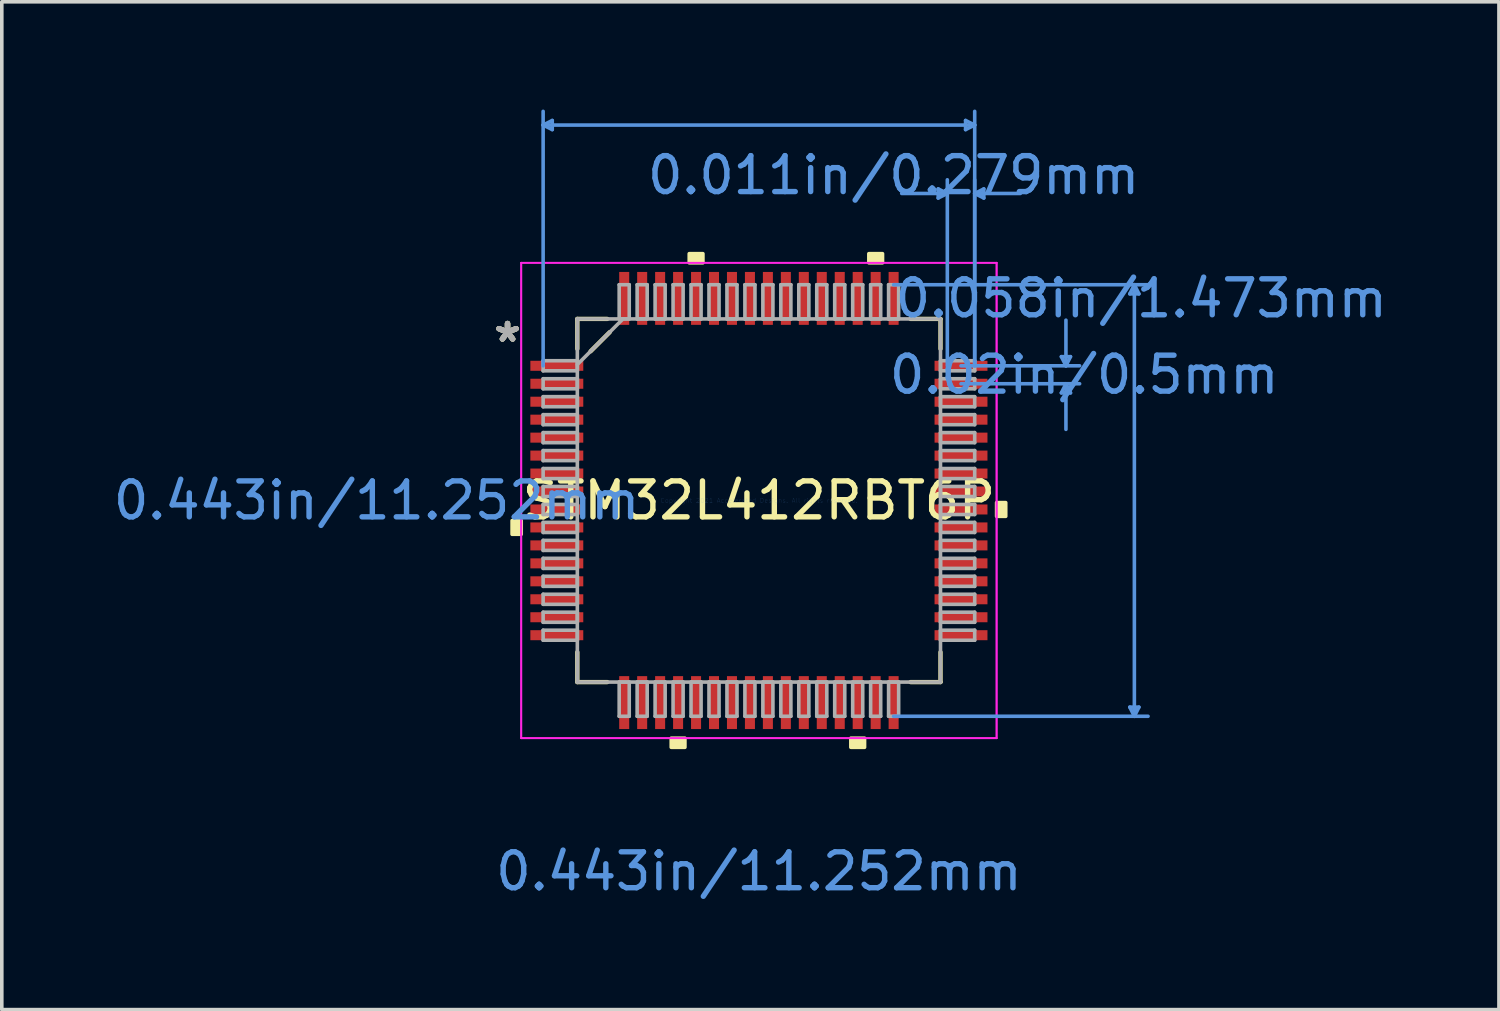
<source format=kicad_pcb>
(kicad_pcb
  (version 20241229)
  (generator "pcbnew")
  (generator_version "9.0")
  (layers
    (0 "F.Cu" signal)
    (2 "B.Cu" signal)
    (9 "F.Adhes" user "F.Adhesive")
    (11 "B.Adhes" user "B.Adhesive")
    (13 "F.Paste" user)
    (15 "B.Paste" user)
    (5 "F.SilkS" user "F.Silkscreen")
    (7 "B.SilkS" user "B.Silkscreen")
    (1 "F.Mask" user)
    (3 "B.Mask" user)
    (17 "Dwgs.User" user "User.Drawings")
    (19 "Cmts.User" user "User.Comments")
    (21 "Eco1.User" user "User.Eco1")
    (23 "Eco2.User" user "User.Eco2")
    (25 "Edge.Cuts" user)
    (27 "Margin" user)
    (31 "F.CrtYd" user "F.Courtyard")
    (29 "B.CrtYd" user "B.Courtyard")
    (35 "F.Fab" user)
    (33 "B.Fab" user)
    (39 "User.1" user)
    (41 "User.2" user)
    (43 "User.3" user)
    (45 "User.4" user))
  (footprint "STM32L412RBT6P"
    (layer "F.Cu")
    (at 18.077 10.883)
    (property "Reference" "STM32L412RBT6P" (at 0 0 0) (layer "F.SilkS") (effects (font (size 1 1) (thickness 0.15))))
    (attr through_hole)
    (fp_line (start -5.055 -5.055) (end -5.055 -4.222) (stroke (width 0.12) (type solid)) (layer "F.SilkS"))
    (fp_line (start -5.055 4.222) (end -5.055 5.055) (stroke (width 0.12) (type solid)) (layer "F.SilkS"))
    (fp_line (start -5.055 5.055) (end -4.222 5.055) (stroke (width 0.12) (type solid)) (layer "F.SilkS"))
    (fp_line (start -4.686 -4.153) (end -4.153 -4.686) (stroke (width 0.12) (type solid)) (layer "F.SilkS"))
    (fp_line (start -4.222 -5.055) (end -5.055 -5.055) (stroke (width 0.12) (type solid)) (layer "F.SilkS"))
    (fp_line (start 4.222 5.055) (end 5.055 5.055) (stroke (width 0.12) (type solid)) (layer "F.SilkS"))
    (fp_line (start 5.055 -5.055) (end 4.222 -5.055) (stroke (width 0.12) (type solid)) (layer "F.SilkS"))
    (fp_line (start 5.055 -4.222) (end 5.055 -5.055) (stroke (width 0.12) (type solid)) (layer "F.SilkS"))
    (fp_line (start 5.055 5.055) (end 5.055 4.222) (stroke (width 0.12) (type solid)) (layer "F.SilkS"))
    (fp_poly (pts (xy -6.871 0.56) (xy -6.871 0.941) (xy -6.617 0.941) (xy -6.617 0.56)) (stroke (width 0.1) (type solid)) (fill yes) (layer "F.SilkS"))
    (fp_poly (pts (xy -2.441 6.617) (xy -2.441 6.871) (xy -2.06 6.871) (xy -2.06 6.617)) (stroke (width 0.1) (type solid)) (fill yes) (layer "F.SilkS"))
    (fp_poly (pts (xy -1.94 -6.617) (xy -1.94 -6.871) (xy -1.559 -6.871) (xy -1.559 -6.617)) (stroke (width 0.1) (type solid)) (fill yes) (layer "F.SilkS"))
    (fp_poly (pts (xy 2.559 6.617) (xy 2.559 6.871) (xy 2.941 6.871) (xy 2.941 6.617)) (stroke (width 0.1) (type solid)) (fill yes) (layer "F.SilkS"))
    (fp_poly (pts (xy 3.06 -6.617) (xy 3.06 -6.871) (xy 3.441 -6.871) (xy 3.441 -6.617)) (stroke (width 0.1) (type solid)) (fill yes) (layer "F.SilkS"))
    (fp_poly (pts (xy 6.871 0.059) (xy 6.871 0.441) (xy 6.617 0.441) (xy 6.617 0.059)) (stroke (width 0.1) (type solid)) (fill yes) (layer "F.SilkS"))
    (fp_line (start -6.007 -10.452) (end -5.753 -10.579) (stroke (width 0.1) (type solid)) (layer "Cmts.User"))
    (fp_line (start -6.007 -10.452) (end -5.753 -10.325) (stroke (width 0.1) (type solid)) (layer "Cmts.User"))
    (fp_line (start -6.007 -10.452) (end 6.007 -10.452) (stroke (width 0.1) (type solid)) (layer "Cmts.User"))
    (fp_line (start -6.007 -3.75) (end -6.007 -10.833) (stroke (width 0.1) (type solid)) (layer "Cmts.User"))
    (fp_line (start -5.753 -10.579) (end -5.753 -10.325) (stroke (width 0.1) (type solid)) (layer "Cmts.User"))
    (fp_line (start 3.75 -6.007) (end 10.833 -6.007) (stroke (width 0.1) (type solid)) (layer "Cmts.User"))
    (fp_line (start 3.75 6.007) (end 10.833 6.007) (stroke (width 0.1) (type solid)) (layer "Cmts.User"))
    (fp_line (start 4.991 -8.674) (end 4.991 -8.42) (stroke (width 0.1) (type solid)) (layer "Cmts.User"))
    (fp_line (start 5.245 -8.547) (end 3.975 -8.547) (stroke (width 0.1) (type solid)) (layer "Cmts.User"))
    (fp_line (start 5.245 -8.547) (end 4.991 -8.674) (stroke (width 0.1) (type solid)) (layer "Cmts.User"))
    (fp_line (start 5.245 -8.547) (end 4.991 -8.42) (stroke (width 0.1) (type solid)) (layer "Cmts.User"))
    (fp_line (start 5.245 -3.75) (end 5.245 -8.928) (stroke (width 0.1) (type solid)) (layer "Cmts.User"))
    (fp_line (start 5.626 -3.75) (end 8.928 -3.75) (stroke (width 0.1) (type solid)) (layer "Cmts.User"))
    (fp_line (start 5.626 -3.25) (end 8.928 -3.25) (stroke (width 0.1) (type solid)) (layer "Cmts.User"))
    (fp_line (start 5.753 -10.579) (end 5.753 -10.325) (stroke (width 0.1) (type solid)) (layer "Cmts.User"))
    (fp_line (start 6.007 -10.452) (end 5.753 -10.579) (stroke (width 0.1) (type solid)) (layer "Cmts.User"))
    (fp_line (start 6.007 -10.452) (end 5.753 -10.325) (stroke (width 0.1) (type solid)) (layer "Cmts.User"))
    (fp_line (start 6.007 -8.547) (end 6.261 -8.674) (stroke (width 0.1) (type solid)) (layer "Cmts.User"))
    (fp_line (start 6.007 -8.547) (end 6.261 -8.42) (stroke (width 0.1) (type solid)) (layer "Cmts.User"))
    (fp_line (start 6.007 -8.547) (end 7.277 -8.547) (stroke (width 0.1) (type solid)) (layer "Cmts.User"))
    (fp_line (start 6.007 -3.75) (end 6.007 -10.833) (stroke (width 0.1) (type solid)) (layer "Cmts.User"))
    (fp_line (start 6.007 -3.75) (end 6.007 -8.928) (stroke (width 0.1) (type solid)) (layer "Cmts.User"))
    (fp_line (start 6.261 -8.674) (end 6.261 -8.42) (stroke (width 0.1) (type solid)) (layer "Cmts.User"))
    (fp_line (start 8.42 -4.004) (end 8.674 -4.004) (stroke (width 0.1) (type solid)) (layer "Cmts.User"))
    (fp_line (start 8.42 -2.996) (end 8.674 -2.996) (stroke (width 0.1) (type solid)) (layer "Cmts.User"))
    (fp_line (start 8.547 -3.75) (end 8.42 -4.004) (stroke (width 0.1) (type solid)) (layer "Cmts.User"))
    (fp_line (start 8.547 -3.75) (end 8.547 -5.02) (stroke (width 0.1) (type solid)) (layer "Cmts.User"))
    (fp_line (start 8.547 -3.75) (end 8.674 -4.004) (stroke (width 0.1) (type solid)) (layer "Cmts.User"))
    (fp_line (start 8.547 -3.25) (end 8.42 -2.996) (stroke (width 0.1) (type solid)) (layer "Cmts.User"))
    (fp_line (start 8.547 -3.25) (end 8.547 -1.98) (stroke (width 0.1) (type solid)) (layer "Cmts.User"))
    (fp_line (start 8.547 -3.25) (end 8.674 -2.996) (stroke (width 0.1) (type solid)) (layer "Cmts.User"))
    (fp_line (start 10.325 -5.753) (end 10.579 -5.753) (stroke (width 0.1) (type solid)) (layer "Cmts.User"))
    (fp_line (start 10.325 5.753) (end 10.579 5.753) (stroke (width 0.1) (type solid)) (layer "Cmts.User"))
    (fp_line (start 10.452 -6.007) (end 10.325 -5.753) (stroke (width 0.1) (type solid)) (layer "Cmts.User"))
    (fp_line (start 10.452 -6.007) (end 10.452 6.007) (stroke (width 0.1) (type solid)) (layer "Cmts.User"))
    (fp_line (start 10.452 -6.007) (end 10.579 -5.753) (stroke (width 0.1) (type solid)) (layer "Cmts.User"))
    (fp_line (start 10.452 6.007) (end 10.325 5.753) (stroke (width 0.1) (type solid)) (layer "Cmts.User"))
    (fp_line (start 10.452 6.007) (end 10.579 5.753) (stroke (width 0.1) (type solid)) (layer "Cmts.User"))
    (fp_line (start -6.617 -6.617) (end 6.617 -6.617) (stroke (width 0.05) (type solid)) (layer "F.CrtYd"))
    (fp_line (start -6.617 -6.617) (end 6.617 -6.617) (stroke (width 0.05) (type solid)) (layer "F.CrtYd"))
    (fp_line (start -6.617 6.617) (end -6.617 -6.617) (stroke (width 0.05) (type solid)) (layer "F.CrtYd"))
    (fp_line (start -6.617 6.617) (end -6.617 -6.617) (stroke (width 0.05) (type solid)) (layer "F.CrtYd"))
    (fp_line (start 6.617 -6.617) (end 6.617 6.617) (stroke (width 0.05) (type solid)) (layer "F.CrtYd"))
    (fp_line (start 6.617 -6.617) (end 6.617 6.617) (stroke (width 0.05) (type solid)) (layer "F.CrtYd"))
    (fp_line (start 6.617 6.617) (end -6.617 6.617) (stroke (width 0.05) (type solid)) (layer "F.CrtYd"))
    (fp_line (start 6.617 6.617) (end -6.617 6.617) (stroke (width 0.05) (type solid)) (layer "F.CrtYd"))
    (fp_line (start -6.007 -3.89) (end -6.007 -3.61) (stroke (width 0.1) (type solid)) (layer "F.Fab"))
    (fp_line (start -6.007 -3.61) (end -5.055 -3.61) (stroke (width 0.1) (type solid)) (layer "F.Fab"))
    (fp_line (start -6.007 -3.39) (end -6.007 -3.11) (stroke (width 0.1) (type solid)) (layer "F.Fab"))
    (fp_line (start -6.007 -3.11) (end -5.055 -3.11) (stroke (width 0.1) (type solid)) (layer "F.Fab"))
    (fp_line (start -6.007 -2.89) (end -6.007 -2.61) (stroke (width 0.1) (type solid)) (layer "F.Fab"))
    (fp_line (start -6.007 -2.61) (end -5.055 -2.61) (stroke (width 0.1) (type solid)) (layer "F.Fab"))
    (fp_line (start -6.007 -2.39) (end -6.007 -2.11) (stroke (width 0.1) (type solid)) (layer "F.Fab"))
    (fp_line (start -6.007 -2.11) (end -5.055 -2.11) (stroke (width 0.1) (type solid)) (layer "F.Fab"))
    (fp_line (start -6.007 -1.89) (end -6.007 -1.61) (stroke (width 0.1) (type solid)) (layer "F.Fab"))
    (fp_line (start -6.007 -1.61) (end -5.055 -1.61) (stroke (width 0.1) (type solid)) (layer "F.Fab"))
    (fp_line (start -6.007 -1.39) (end -6.007 -1.11) (stroke (width 0.1) (type solid)) (layer "F.Fab"))
    (fp_line (start -6.007 -1.11) (end -5.055 -1.11) (stroke (width 0.1) (type solid)) (layer "F.Fab"))
    (fp_line (start -6.007 -0.89) (end -6.007 -0.61) (stroke (width 0.1) (type solid)) (layer "F.Fab"))
    (fp_line (start -6.007 -0.61) (end -5.055 -0.61) (stroke (width 0.1) (type solid)) (layer "F.Fab"))
    (fp_line (start -6.007 -0.39) (end -6.007 -0.11) (stroke (width 0.1) (type solid)) (layer "F.Fab"))
    (fp_line (start -6.007 -0.11) (end -5.055 -0.11) (stroke (width 0.1) (type solid)) (layer "F.Fab"))
    (fp_line (start -6.007 0.11) (end -6.007 0.39) (stroke (width 0.1) (type solid)) (layer "F.Fab"))
    (fp_line (start -6.007 0.39) (end -5.055 0.39) (stroke (width 0.1) (type solid)) (layer "F.Fab"))
    (fp_line (start -6.007 0.61) (end -6.007 0.89) (stroke (width 0.1) (type solid)) (layer "F.Fab"))
    (fp_line (start -6.007 0.89) (end -5.055 0.89) (stroke (width 0.1) (type solid)) (layer "F.Fab"))
    (fp_line (start -6.007 1.11) (end -6.007 1.39) (stroke (width 0.1) (type solid)) (layer "F.Fab"))
    (fp_line (start -6.007 1.39) (end -5.055 1.39) (stroke (width 0.1) (type solid)) (layer "F.Fab"))
    (fp_line (start -6.007 1.61) (end -6.007 1.89) (stroke (width 0.1) (type solid)) (layer "F.Fab"))
    (fp_line (start -6.007 1.89) (end -5.055 1.89) (stroke (width 0.1) (type solid)) (layer "F.Fab"))
    (fp_line (start -6.007 2.11) (end -6.007 2.39) (stroke (width 0.1) (type solid)) (layer "F.Fab"))
    (fp_line (start -6.007 2.39) (end -5.055 2.39) (stroke (width 0.1) (type solid)) (layer "F.Fab"))
    (fp_line (start -6.007 2.61) (end -6.007 2.89) (stroke (width 0.1) (type solid)) (layer "F.Fab"))
    (fp_line (start -6.007 2.89) (end -5.055 2.89) (stroke (width 0.1) (type solid)) (layer "F.Fab"))
    (fp_line (start -6.007 3.11) (end -6.007 3.39) (stroke (width 0.1) (type solid)) (layer "F.Fab"))
    (fp_line (start -6.007 3.39) (end -5.055 3.39) (stroke (width 0.1) (type solid)) (layer "F.Fab"))
    (fp_line (start -6.007 3.61) (end -6.007 3.89) (stroke (width 0.1) (type solid)) (layer "F.Fab"))
    (fp_line (start -6.007 3.89) (end -5.055 3.89) (stroke (width 0.1) (type solid)) (layer "F.Fab"))
    (fp_line (start -5.055 -5.055) (end -5.055 -5.055) (stroke (width 0.1) (type solid)) (layer "F.Fab"))
    (fp_line (start -5.055 -5.055) (end -5.055 5.055) (stroke (width 0.1) (type solid)) (layer "F.Fab"))
    (fp_line (start -5.055 -3.89) (end -6.007 -3.89) (stroke (width 0.1) (type solid)) (layer "F.Fab"))
    (fp_line (start -5.055 -3.785) (end -3.785 -5.055) (stroke (width 0.1) (type solid)) (layer "F.Fab"))
    (fp_line (start -5.055 -3.61) (end -5.055 -3.89) (stroke (width 0.1) (type solid)) (layer "F.Fab"))
    (fp_line (start -5.055 -3.39) (end -6.007 -3.39) (stroke (width 0.1) (type solid)) (layer "F.Fab"))
    (fp_line (start -5.055 -3.11) (end -5.055 -3.39) (stroke (width 0.1) (type solid)) (layer "F.Fab"))
    (fp_line (start -5.055 -2.89) (end -6.007 -2.89) (stroke (width 0.1) (type solid)) (layer "F.Fab"))
    (fp_line (start -5.055 -2.61) (end -5.055 -2.89) (stroke (width 0.1) (type solid)) (layer "F.Fab"))
    (fp_line (start -5.055 -2.39) (end -6.007 -2.39) (stroke (width 0.1) (type solid)) (layer "F.Fab"))
    (fp_line (start -5.055 -2.11) (end -5.055 -2.39) (stroke (width 0.1) (type solid)) (layer "F.Fab"))
    (fp_line (start -5.055 -1.89) (end -6.007 -1.89) (stroke (width 0.1) (type solid)) (layer "F.Fab"))
    (fp_line (start -5.055 -1.61) (end -5.055 -1.89) (stroke (width 0.1) (type solid)) (layer "F.Fab"))
    (fp_line (start -5.055 -1.39) (end -6.007 -1.39) (stroke (width 0.1) (type solid)) (layer "F.Fab"))
    (fp_line (start -5.055 -1.11) (end -5.055 -1.39) (stroke (width 0.1) (type solid)) (layer "F.Fab"))
    (fp_line (start -5.055 -0.89) (end -6.007 -0.89) (stroke (width 0.1) (type solid)) (layer "F.Fab"))
    (fp_line (start -5.055 -0.61) (end -5.055 -0.89) (stroke (width 0.1) (type solid)) (layer "F.Fab"))
    (fp_line (start -5.055 -0.39) (end -6.007 -0.39) (stroke (width 0.1) (type solid)) (layer "F.Fab"))
    (fp_line (start -5.055 -0.11) (end -5.055 -0.39) (stroke (width 0.1) (type solid)) (layer "F.Fab"))
    (fp_line (start -5.055 0.11) (end -6.007 0.11) (stroke (width 0.1) (type solid)) (layer "F.Fab"))
    (fp_line (start -5.055 0.39) (end -5.055 0.11) (stroke (width 0.1) (type solid)) (layer "F.Fab"))
    (fp_line (start -5.055 0.61) (end -6.007 0.61) (stroke (width 0.1) (type solid)) (layer "F.Fab"))
    (fp_line (start -5.055 0.89) (end -5.055 0.61) (stroke (width 0.1) (type solid)) (layer "F.Fab"))
    (fp_line (start -5.055 1.11) (end -6.007 1.11) (stroke (width 0.1) (type solid)) (layer "F.Fab"))
    (fp_line (start -5.055 1.39) (end -5.055 1.11) (stroke (width 0.1) (type solid)) (layer "F.Fab"))
    (fp_line (start -5.055 1.61) (end -6.007 1.61) (stroke (width 0.1) (type solid)) (layer "F.Fab"))
    (fp_line (start -5.055 1.89) (end -5.055 1.61) (stroke (width 0.1) (type solid)) (layer "F.Fab"))
    (fp_line (start -5.055 2.11) (end -6.007 2.11) (stroke (width 0.1) (type solid)) (layer "F.Fab"))
    (fp_line (start -5.055 2.39) (end -5.055 2.11) (stroke (width 0.1) (type solid)) (layer "F.Fab"))
    (fp_line (start -5.055 2.61) (end -6.007 2.61) (stroke (width 0.1) (type solid)) (layer "F.Fab"))
    (fp_line (start -5.055 2.89) (end -5.055 2.61) (stroke (width 0.1) (type solid)) (layer "F.Fab"))
    (fp_line (start -5.055 3.11) (end -6.007 3.11) (stroke (width 0.1) (type solid)) (layer "F.Fab"))
    (fp_line (start -5.055 3.39) (end -5.055 3.11) (stroke (width 0.1) (type solid)) (layer "F.Fab"))
    (fp_line (start -5.055 3.61) (end -6.007 3.61) (stroke (width 0.1) (type solid)) (layer "F.Fab"))
    (fp_line (start -5.055 3.89) (end -5.055 3.61) (stroke (width 0.1) (type solid)) (layer "F.Fab"))
    (fp_line (start -5.055 5.055) (end -5.055 5.055) (stroke (width 0.1) (type solid)) (layer "F.Fab"))
    (fp_line (start -5.055 5.055) (end 5.055 5.055) (stroke (width 0.1) (type solid)) (layer "F.Fab"))
    (fp_line (start -3.89 -6.007) (end -3.89 -5.055) (stroke (width 0.1) (type solid)) (layer "F.Fab"))
    (fp_line (start -3.89 -5.055) (end -3.61 -5.055) (stroke (width 0.1) (type solid)) (layer "F.Fab"))
    (fp_line (start -3.89 5.055) (end -3.89 6.007) (stroke (width 0.1) (type solid)) (layer "F.Fab"))
    (fp_line (start -3.89 6.007) (end -3.61 6.007) (stroke (width 0.1) (type solid)) (layer "F.Fab"))
    (fp_line (start -3.61 -6.007) (end -3.89 -6.007) (stroke (width 0.1) (type solid)) (layer "F.Fab"))
    (fp_line (start -3.61 -5.055) (end -3.61 -6.007) (stroke (width 0.1) (type solid)) (layer "F.Fab"))
    (fp_line (start -3.61 5.055) (end -3.89 5.055) (stroke (width 0.1) (type solid)) (layer "F.Fab"))
    (fp_line (start -3.61 6.007) (end -3.61 5.055) (stroke (width 0.1) (type solid)) (layer "F.Fab"))
    (fp_line (start -3.39 -6.007) (end -3.39 -5.055) (stroke (width 0.1) (type solid)) (layer "F.Fab"))
    (fp_line (start -3.39 -5.055) (end -3.11 -5.055) (stroke (width 0.1) (type solid)) (layer "F.Fab"))
    (fp_line (start -3.39 5.055) (end -3.39 6.007) (stroke (width 0.1) (type solid)) (layer "F.Fab"))
    (fp_line (start -3.39 6.007) (end -3.11 6.007) (stroke (width 0.1) (type solid)) (layer "F.Fab"))
    (fp_line (start -3.11 -6.007) (end -3.39 -6.007) (stroke (width 0.1) (type solid)) (layer "F.Fab"))
    (fp_line (start -3.11 -5.055) (end -3.11 -6.007) (stroke (width 0.1) (type solid)) (layer "F.Fab"))
    (fp_line (start -3.11 5.055) (end -3.39 5.055) (stroke (width 0.1) (type solid)) (layer "F.Fab"))
    (fp_line (start -3.11 6.007) (end -3.11 5.055) (stroke (width 0.1) (type solid)) (layer "F.Fab"))
    (fp_line (start -2.89 -6.007) (end -2.89 -5.055) (stroke (width 0.1) (type solid)) (layer "F.Fab"))
    (fp_line (start -2.89 -5.055) (end -2.61 -5.055) (stroke (width 0.1) (type solid)) (layer "F.Fab"))
    (fp_line (start -2.89 5.055) (end -2.89 6.007) (stroke (width 0.1) (type solid)) (layer "F.Fab"))
    (fp_line (start -2.89 6.007) (end -2.61 6.007) (stroke (width 0.1) (type solid)) (layer "F.Fab"))
    (fp_line (start -2.61 -6.007) (end -2.89 -6.007) (stroke (width 0.1) (type solid)) (layer "F.Fab"))
    (fp_line (start -2.61 -5.055) (end -2.61 -6.007) (stroke (width 0.1) (type solid)) (layer "F.Fab"))
    (fp_line (start -2.61 5.055) (end -2.89 5.055) (stroke (width 0.1) (type solid)) (layer "F.Fab"))
    (fp_line (start -2.61 6.007) (end -2.61 5.055) (stroke (width 0.1) (type solid)) (layer "F.Fab"))
    (fp_line (start -2.39 -6.007) (end -2.39 -5.055) (stroke (width 0.1) (type solid)) (layer "F.Fab"))
    (fp_line (start -2.39 -5.055) (end -2.11 -5.055) (stroke (width 0.1) (type solid)) (layer "F.Fab"))
    (fp_line (start -2.39 5.055) (end -2.39 6.007) (stroke (width 0.1) (type solid)) (layer "F.Fab"))
    (fp_line (start -2.39 6.007) (end -2.11 6.007) (stroke (width 0.1) (type solid)) (layer "F.Fab"))
    (fp_line (start -2.11 -6.007) (end -2.39 -6.007) (stroke (width 0.1) (type solid)) (layer "F.Fab"))
    (fp_line (start -2.11 -5.055) (end -2.11 -6.007) (stroke (width 0.1) (type solid)) (layer "F.Fab"))
    (fp_line (start -2.11 5.055) (end -2.39 5.055) (stroke (width 0.1) (type solid)) (layer "F.Fab"))
    (fp_line (start -2.11 6.007) (end -2.11 5.055) (stroke (width 0.1) (type solid)) (layer "F.Fab"))
    (fp_line (start -1.89 -6.007) (end -1.89 -5.055) (stroke (width 0.1) (type solid)) (layer "F.Fab"))
    (fp_line (start -1.89 -5.055) (end -1.61 -5.055) (stroke (width 0.1) (type solid)) (layer "F.Fab"))
    (fp_line (start -1.89 5.055) (end -1.89 6.007) (stroke (width 0.1) (type solid)) (layer "F.Fab"))
    (fp_line (start -1.89 6.007) (end -1.61 6.007) (stroke (width 0.1) (type solid)) (layer "F.Fab"))
    (fp_line (start -1.61 -6.007) (end -1.89 -6.007) (stroke (width 0.1) (type solid)) (layer "F.Fab"))
    (fp_line (start -1.61 -5.055) (end -1.61 -6.007) (stroke (width 0.1) (type solid)) (layer "F.Fab"))
    (fp_line (start -1.61 5.055) (end -1.89 5.055) (stroke (width 0.1) (type solid)) (layer "F.Fab"))
    (fp_line (start -1.61 6.007) (end -1.61 5.055) (stroke (width 0.1) (type solid)) (layer "F.Fab"))
    (fp_line (start -1.39 -6.007) (end -1.39 -5.055) (stroke (width 0.1) (type solid)) (layer "F.Fab"))
    (fp_line (start -1.39 -5.055) (end -1.11 -5.055) (stroke (width 0.1) (type solid)) (layer "F.Fab"))
    (fp_line (start -1.39 5.055) (end -1.39 6.007) (stroke (width 0.1) (type solid)) (layer "F.Fab"))
    (fp_line (start -1.39 6.007) (end -1.11 6.007) (stroke (width 0.1) (type solid)) (layer "F.Fab"))
    (fp_line (start -1.11 -6.007) (end -1.39 -6.007) (stroke (width 0.1) (type solid)) (layer "F.Fab"))
    (fp_line (start -1.11 -5.055) (end -1.11 -6.007) (stroke (width 0.1) (type solid)) (layer "F.Fab"))
    (fp_line (start -1.11 5.055) (end -1.39 5.055) (stroke (width 0.1) (type solid)) (layer "F.Fab"))
    (fp_line (start -1.11 6.007) (end -1.11 5.055) (stroke (width 0.1) (type solid)) (layer "F.Fab"))
    (fp_line (start -0.89 -6.007) (end -0.89 -5.055) (stroke (width 0.1) (type solid)) (layer "F.Fab"))
    (fp_line (start -0.89 -5.055) (end -0.61 -5.055) (stroke (width 0.1) (type solid)) (layer "F.Fab"))
    (fp_line (start -0.89 5.055) (end -0.89 6.007) (stroke (width 0.1) (type solid)) (layer "F.Fab"))
    (fp_line (start -0.89 6.007) (end -0.61 6.007) (stroke (width 0.1) (type solid)) (layer "F.Fab"))
    (fp_line (start -0.61 -6.007) (end -0.89 -6.007) (stroke (width 0.1) (type solid)) (layer "F.Fab"))
    (fp_line (start -0.61 -5.055) (end -0.61 -6.007) (stroke (width 0.1) (type solid)) (layer "F.Fab"))
    (fp_line (start -0.61 5.055) (end -0.89 5.055) (stroke (width 0.1) (type solid)) (layer "F.Fab"))
    (fp_line (start -0.61 6.007) (end -0.61 5.055) (stroke (width 0.1) (type solid)) (layer "F.Fab"))
    (fp_line (start -0.39 -6.007) (end -0.39 -5.055) (stroke (width 0.1) (type solid)) (layer "F.Fab"))
    (fp_line (start -0.39 -5.055) (end -0.11 -5.055) (stroke (width 0.1) (type solid)) (layer "F.Fab"))
    (fp_line (start -0.39 5.055) (end -0.39 6.007) (stroke (width 0.1) (type solid)) (layer "F.Fab"))
    (fp_line (start -0.39 6.007) (end -0.11 6.007) (stroke (width 0.1) (type solid)) (layer "F.Fab"))
    (fp_line (start -0.11 -6.007) (end -0.39 -6.007) (stroke (width 0.1) (type solid)) (layer "F.Fab"))
    (fp_line (start -0.11 -5.055) (end -0.11 -6.007) (stroke (width 0.1) (type solid)) (layer "F.Fab"))
    (fp_line (start -0.11 5.055) (end -0.39 5.055) (stroke (width 0.1) (type solid)) (layer "F.Fab"))
    (fp_line (start -0.11 6.007) (end -0.11 5.055) (stroke (width 0.1) (type solid)) (layer "F.Fab"))
    (fp_line (start 0.11 -6.007) (end 0.11 -5.055) (stroke (width 0.1) (type solid)) (layer "F.Fab"))
    (fp_line (start 0.11 -5.055) (end 0.39 -5.055) (stroke (width 0.1) (type solid)) (layer "F.Fab"))
    (fp_line (start 0.11 5.055) (end 0.11 6.007) (stroke (width 0.1) (type solid)) (layer "F.Fab"))
    (fp_line (start 0.11 6.007) (end 0.39 6.007) (stroke (width 0.1) (type solid)) (layer "F.Fab"))
    (fp_line (start 0.39 -6.007) (end 0.11 -6.007) (stroke (width 0.1) (type solid)) (layer "F.Fab"))
    (fp_line (start 0.39 -5.055) (end 0.39 -6.007) (stroke (width 0.1) (type solid)) (layer "F.Fab"))
    (fp_line (start 0.39 5.055) (end 0.11 5.055) (stroke (width 0.1) (type solid)) (layer "F.Fab"))
    (fp_line (start 0.39 6.007) (end 0.39 5.055) (stroke (width 0.1) (type solid)) (layer "F.Fab"))
    (fp_line (start 0.61 -6.007) (end 0.61 -5.055) (stroke (width 0.1) (type solid)) (layer "F.Fab"))
    (fp_line (start 0.61 -5.055) (end 0.89 -5.055) (stroke (width 0.1) (type solid)) (layer "F.Fab"))
    (fp_line (start 0.61 5.055) (end 0.61 6.007) (stroke (width 0.1) (type solid)) (layer "F.Fab"))
    (fp_line (start 0.61 6.007) (end 0.89 6.007) (stroke (width 0.1) (type solid)) (layer "F.Fab"))
    (fp_line (start 0.89 -6.007) (end 0.61 -6.007) (stroke (width 0.1) (type solid)) (layer "F.Fab"))
    (fp_line (start 0.89 -5.055) (end 0.89 -6.007) (stroke (width 0.1) (type solid)) (layer "F.Fab"))
    (fp_line (start 0.89 5.055) (end 0.61 5.055) (stroke (width 0.1) (type solid)) (layer "F.Fab"))
    (fp_line (start 0.89 6.007) (end 0.89 5.055) (stroke (width 0.1) (type solid)) (layer "F.Fab"))
    (fp_line (start 1.11 -6.007) (end 1.11 -5.055) (stroke (width 0.1) (type solid)) (layer "F.Fab"))
    (fp_line (start 1.11 -5.055) (end 1.39 -5.055) (stroke (width 0.1) (type solid)) (layer "F.Fab"))
    (fp_line (start 1.11 5.055) (end 1.11 6.007) (stroke (width 0.1) (type solid)) (layer "F.Fab"))
    (fp_line (start 1.11 6.007) (end 1.39 6.007) (stroke (width 0.1) (type solid)) (layer "F.Fab"))
    (fp_line (start 1.39 -6.007) (end 1.11 -6.007) (stroke (width 0.1) (type solid)) (layer "F.Fab"))
    (fp_line (start 1.39 -5.055) (end 1.39 -6.007) (stroke (width 0.1) (type solid)) (layer "F.Fab"))
    (fp_line (start 1.39 5.055) (end 1.11 5.055) (stroke (width 0.1) (type solid)) (layer "F.Fab"))
    (fp_line (start 1.39 6.007) (end 1.39 5.055) (stroke (width 0.1) (type solid)) (layer "F.Fab"))
    (fp_line (start 1.61 -6.007) (end 1.61 -5.055) (stroke (width 0.1) (type solid)) (layer "F.Fab"))
    (fp_line (start 1.61 -5.055) (end 1.89 -5.055) (stroke (width 0.1) (type solid)) (layer "F.Fab"))
    (fp_line (start 1.61 5.055) (end 1.61 6.007) (stroke (width 0.1) (type solid)) (layer "F.Fab"))
    (fp_line (start 1.61 6.007) (end 1.89 6.007) (stroke (width 0.1) (type solid)) (layer "F.Fab"))
    (fp_line (start 1.89 -6.007) (end 1.61 -6.007) (stroke (width 0.1) (type solid)) (layer "F.Fab"))
    (fp_line (start 1.89 -5.055) (end 1.89 -6.007) (stroke (width 0.1) (type solid)) (layer "F.Fab"))
    (fp_line (start 1.89 5.055) (end 1.61 5.055) (stroke (width 0.1) (type solid)) (layer "F.Fab"))
    (fp_line (start 1.89 6.007) (end 1.89 5.055) (stroke (width 0.1) (type solid)) (layer "F.Fab"))
    (fp_line (start 2.11 -6.007) (end 2.11 -5.055) (stroke (width 0.1) (type solid)) (layer "F.Fab"))
    (fp_line (start 2.11 -5.055) (end 2.39 -5.055) (stroke (width 0.1) (type solid)) (layer "F.Fab"))
    (fp_line (start 2.11 5.055) (end 2.11 6.007) (stroke (width 0.1) (type solid)) (layer "F.Fab"))
    (fp_line (start 2.11 6.007) (end 2.39 6.007) (stroke (width 0.1) (type solid)) (layer "F.Fab"))
    (fp_line (start 2.39 -6.007) (end 2.11 -6.007) (stroke (width 0.1) (type solid)) (layer "F.Fab"))
    (fp_line (start 2.39 -5.055) (end 2.39 -6.007) (stroke (width 0.1) (type solid)) (layer "F.Fab"))
    (fp_line (start 2.39 5.055) (end 2.11 5.055) (stroke (width 0.1) (type solid)) (layer "F.Fab"))
    (fp_line (start 2.39 6.007) (end 2.39 5.055) (stroke (width 0.1) (type solid)) (layer "F.Fab"))
    (fp_line (start 2.61 -6.007) (end 2.61 -5.055) (stroke (width 0.1) (type solid)) (layer "F.Fab"))
    (fp_line (start 2.61 -5.055) (end 2.89 -5.055) (stroke (width 0.1) (type solid)) (layer "F.Fab"))
    (fp_line (start 2.61 5.055) (end 2.61 6.007) (stroke (width 0.1) (type solid)) (layer "F.Fab"))
    (fp_line (start 2.61 6.007) (end 2.89 6.007) (stroke (width 0.1) (type solid)) (layer "F.Fab"))
    (fp_line (start 2.89 -6.007) (end 2.61 -6.007) (stroke (width 0.1) (type solid)) (layer "F.Fab"))
    (fp_line (start 2.89 -5.055) (end 2.89 -6.007) (stroke (width 0.1) (type solid)) (layer "F.Fab"))
    (fp_line (start 2.89 5.055) (end 2.61 5.055) (stroke (width 0.1) (type solid)) (layer "F.Fab"))
    (fp_line (start 2.89 6.007) (end 2.89 5.055) (stroke (width 0.1) (type solid)) (layer "F.Fab"))
    (fp_line (start 3.11 -6.007) (end 3.11 -5.055) (stroke (width 0.1) (type solid)) (layer "F.Fab"))
    (fp_line (start 3.11 -5.055) (end 3.39 -5.055) (stroke (width 0.1) (type solid)) (layer "F.Fab"))
    (fp_line (start 3.11 5.055) (end 3.11 6.007) (stroke (width 0.1) (type solid)) (layer "F.Fab"))
    (fp_line (start 3.11 6.007) (end 3.39 6.007) (stroke (width 0.1) (type solid)) (layer "F.Fab"))
    (fp_line (start 3.39 -6.007) (end 3.11 -6.007) (stroke (width 0.1) (type solid)) (layer "F.Fab"))
    (fp_line (start 3.39 -5.055) (end 3.39 -6.007) (stroke (width 0.1) (type solid)) (layer "F.Fab"))
    (fp_line (start 3.39 5.055) (end 3.11 5.055) (stroke (width 0.1) (type solid)) (layer "F.Fab"))
    (fp_line (start 3.39 6.007) (end 3.39 5.055) (stroke (width 0.1) (type solid)) (layer "F.Fab"))
    (fp_line (start 3.61 -6.007) (end 3.61 -5.055) (stroke (width 0.1) (type solid)) (layer "F.Fab"))
    (fp_line (start 3.61 -5.055) (end 3.89 -5.055) (stroke (width 0.1) (type solid)) (layer "F.Fab"))
    (fp_line (start 3.61 5.055) (end 3.61 6.007) (stroke (width 0.1) (type solid)) (layer "F.Fab"))
    (fp_line (start 3.61 6.007) (end 3.89 6.007) (stroke (width 0.1) (type solid)) (layer "F.Fab"))
    (fp_line (start 3.89 -6.007) (end 3.61 -6.007) (stroke (width 0.1) (type solid)) (layer "F.Fab"))
    (fp_line (start 3.89 -5.055) (end 3.89 -6.007) (stroke (width 0.1) (type solid)) (layer "F.Fab"))
    (fp_line (start 3.89 5.055) (end 3.61 5.055) (stroke (width 0.1) (type solid)) (layer "F.Fab"))
    (fp_line (start 3.89 6.007) (end 3.89 5.055) (stroke (width 0.1) (type solid)) (layer "F.Fab"))
    (fp_line (start 5.055 -5.055) (end -5.055 -5.055) (stroke (width 0.1) (type solid)) (layer "F.Fab"))
    (fp_line (start 5.055 -5.055) (end 5.055 -5.055) (stroke (width 0.1) (type solid)) (layer "F.Fab"))
    (fp_line (start 5.055 -3.89) (end 5.055 -3.61) (stroke (width 0.1) (type solid)) (layer "F.Fab"))
    (fp_line (start 5.055 -3.61) (end 6.007 -3.61) (stroke (width 0.1) (type solid)) (layer "F.Fab"))
    (fp_line (start 5.055 -3.39) (end 5.055 -3.11) (stroke (width 0.1) (type solid)) (layer "F.Fab"))
    (fp_line (start 5.055 -3.11) (end 6.007 -3.11) (stroke (width 0.1) (type solid)) (layer "F.Fab"))
    (fp_line (start 5.055 -2.89) (end 5.055 -2.61) (stroke (width 0.1) (type solid)) (layer "F.Fab"))
    (fp_line (start 5.055 -2.61) (end 6.007 -2.61) (stroke (width 0.1) (type solid)) (layer "F.Fab"))
    (fp_line (start 5.055 -2.39) (end 5.055 -2.11) (stroke (width 0.1) (type solid)) (layer "F.Fab"))
    (fp_line (start 5.055 -2.11) (end 6.007 -2.11) (stroke (width 0.1) (type solid)) (layer "F.Fab"))
    (fp_line (start 5.055 -1.89) (end 5.055 -1.61) (stroke (width 0.1) (type solid)) (layer "F.Fab"))
    (fp_line (start 5.055 -1.61) (end 6.007 -1.61) (stroke (width 0.1) (type solid)) (layer "F.Fab"))
    (fp_line (start 5.055 -1.39) (end 5.055 -1.11) (stroke (width 0.1) (type solid)) (layer "F.Fab"))
    (fp_line (start 5.055 -1.11) (end 6.007 -1.11) (stroke (width 0.1) (type solid)) (layer "F.Fab"))
    (fp_line (start 5.055 -0.89) (end 5.055 -0.61) (stroke (width 0.1) (type solid)) (layer "F.Fab"))
    (fp_line (start 5.055 -0.61) (end 6.007 -0.61) (stroke (width 0.1) (type solid)) (layer "F.Fab"))
    (fp_line (start 5.055 -0.39) (end 5.055 -0.11) (stroke (width 0.1) (type solid)) (layer "F.Fab"))
    (fp_line (start 5.055 -0.11) (end 6.007 -0.11) (stroke (width 0.1) (type solid)) (layer "F.Fab"))
    (fp_line (start 5.055 0.11) (end 5.055 0.39) (stroke (width 0.1) (type solid)) (layer "F.Fab"))
    (fp_line (start 5.055 0.39) (end 6.007 0.39) (stroke (width 0.1) (type solid)) (layer "F.Fab"))
    (fp_line (start 5.055 0.61) (end 5.055 0.89) (stroke (width 0.1) (type solid)) (layer "F.Fab"))
    (fp_line (start 5.055 0.89) (end 6.007 0.89) (stroke (width 0.1) (type solid)) (layer "F.Fab"))
    (fp_line (start 5.055 1.11) (end 5.055 1.39) (stroke (width 0.1) (type solid)) (layer "F.Fab"))
    (fp_line (start 5.055 1.39) (end 6.007 1.39) (stroke (width 0.1) (type solid)) (layer "F.Fab"))
    (fp_line (start 5.055 1.61) (end 5.055 1.89) (stroke (width 0.1) (type solid)) (layer "F.Fab"))
    (fp_line (start 5.055 1.89) (end 6.007 1.89) (stroke (width 0.1) (type solid)) (layer "F.Fab"))
    (fp_line (start 5.055 2.11) (end 5.055 2.39) (stroke (width 0.1) (type solid)) (layer "F.Fab"))
    (fp_line (start 5.055 2.39) (end 6.007 2.39) (stroke (width 0.1) (type solid)) (layer "F.Fab"))
    (fp_line (start 5.055 2.61) (end 5.055 2.89) (stroke (width 0.1) (type solid)) (layer "F.Fab"))
    (fp_line (start 5.055 2.89) (end 6.007 2.89) (stroke (width 0.1) (type solid)) (layer "F.Fab"))
    (fp_line (start 5.055 3.11) (end 5.055 3.39) (stroke (width 0.1) (type solid)) (layer "F.Fab"))
    (fp_line (start 5.055 3.39) (end 6.007 3.39) (stroke (width 0.1) (type solid)) (layer "F.Fab"))
    (fp_line (start 5.055 3.61) (end 5.055 3.89) (stroke (width 0.1) (type solid)) (layer "F.Fab"))
    (fp_line (start 5.055 3.89) (end 6.007 3.89) (stroke (width 0.1) (type solid)) (layer "F.Fab"))
    (fp_line (start 5.055 5.055) (end 5.055 -5.055) (stroke (width 0.1) (type solid)) (layer "F.Fab"))
    (fp_line (start 5.055 5.055) (end 5.055 5.055) (stroke (width 0.1) (type solid)) (layer "F.Fab"))
    (fp_line (start 6.007 -3.89) (end 5.055 -3.89) (stroke (width 0.1) (type solid)) (layer "F.Fab"))
    (fp_line (start 6.007 -3.61) (end 6.007 -3.89) (stroke (width 0.1) (type solid)) (layer "F.Fab"))
    (fp_line (start 6.007 -3.39) (end 5.055 -3.39) (stroke (width 0.1) (type solid)) (layer "F.Fab"))
    (fp_line (start 6.007 -3.11) (end 6.007 -3.39) (stroke (width 0.1) (type solid)) (layer "F.Fab"))
    (fp_line (start 6.007 -2.89) (end 5.055 -2.89) (stroke (width 0.1) (type solid)) (layer "F.Fab"))
    (fp_line (start 6.007 -2.61) (end 6.007 -2.89) (stroke (width 0.1) (type solid)) (layer "F.Fab"))
    (fp_line (start 6.007 -2.39) (end 5.055 -2.39) (stroke (width 0.1) (type solid)) (layer "F.Fab"))
    (fp_line (start 6.007 -2.11) (end 6.007 -2.39) (stroke (width 0.1) (type solid)) (layer "F.Fab"))
    (fp_line (start 6.007 -1.89) (end 5.055 -1.89) (stroke (width 0.1) (type solid)) (layer "F.Fab"))
    (fp_line (start 6.007 -1.61) (end 6.007 -1.89) (stroke (width 0.1) (type solid)) (layer "F.Fab"))
    (fp_line (start 6.007 -1.39) (end 5.055 -1.39) (stroke (width 0.1) (type solid)) (layer "F.Fab"))
    (fp_line (start 6.007 -1.11) (end 6.007 -1.39) (stroke (width 0.1) (type solid)) (layer "F.Fab"))
    (fp_line (start 6.007 -0.89) (end 5.055 -0.89) (stroke (width 0.1) (type solid)) (layer "F.Fab"))
    (fp_line (start 6.007 -0.61) (end 6.007 -0.89) (stroke (width 0.1) (type solid)) (layer "F.Fab"))
    (fp_line (start 6.007 -0.39) (end 5.055 -0.39) (stroke (width 0.1) (type solid)) (layer "F.Fab"))
    (fp_line (start 6.007 -0.11) (end 6.007 -0.39) (stroke (width 0.1) (type solid)) (layer "F.Fab"))
    (fp_line (start 6.007 0.11) (end 5.055 0.11) (stroke (width 0.1) (type solid)) (layer "F.Fab"))
    (fp_line (start 6.007 0.39) (end 6.007 0.11) (stroke (width 0.1) (type solid)) (layer "F.Fab"))
    (fp_line (start 6.007 0.61) (end 5.055 0.61) (stroke (width 0.1) (type solid)) (layer "F.Fab"))
    (fp_line (start 6.007 0.89) (end 6.007 0.61) (stroke (width 0.1) (type solid)) (layer "F.Fab"))
    (fp_line (start 6.007 1.11) (end 5.055 1.11) (stroke (width 0.1) (type solid)) (layer "F.Fab"))
    (fp_line (start 6.007 1.39) (end 6.007 1.11) (stroke (width 0.1) (type solid)) (layer "F.Fab"))
    (fp_line (start 6.007 1.61) (end 5.055 1.61) (stroke (width 0.1) (type solid)) (layer "F.Fab"))
    (fp_line (start 6.007 1.89) (end 6.007 1.61) (stroke (width 0.1) (type solid)) (layer "F.Fab"))
    (fp_line (start 6.007 2.11) (end 5.055 2.11) (stroke (width 0.1) (type solid)) (layer "F.Fab"))
    (fp_line (start 6.007 2.39) (end 6.007 2.11) (stroke (width 0.1) (type solid)) (layer "F.Fab"))
    (fp_line (start 6.007 2.61) (end 5.055 2.61) (stroke (width 0.1) (type solid)) (layer "F.Fab"))
    (fp_line (start 6.007 2.89) (end 6.007 2.61) (stroke (width 0.1) (type solid)) (layer "F.Fab"))
    (fp_line (start 6.007 3.11) (end 5.055 3.11) (stroke (width 0.1) (type solid)) (layer "F.Fab"))
    (fp_line (start 6.007 3.39) (end 6.007 3.11) (stroke (width 0.1) (type solid)) (layer "F.Fab"))
    (fp_line (start 6.007 3.61) (end 5.055 3.61) (stroke (width 0.1) (type solid)) (layer "F.Fab"))
    (fp_line (start 6.007 3.89) (end 6.007 3.61) (stroke (width 0.1) (type solid)) (layer "F.Fab"))
    (fp_text user "*" (at -6.998 -4.381 0) (layer "F.SilkS") (effects (font (size 1 1) (thickness 0.15))))
    (fp_text user "*" (at -6.998 -4.381 0) (layer "F.SilkS") (effects (font (size 1 1) (thickness 0.15))))
    (fp_text user "0.058in/1.473mm" (at 10.643 -5.626 0) (layer "Cmts.User") (effects (font (size 1 1) (thickness 0.15))))
    (fp_text user "0.443in/11.252mm" (at -10.643 0 0) (layer "Cmts.User") (effects (font (size 1 1) (thickness 0.15))))
    (fp_text user "0.011in/0.279mm" (at 3.75 -9.055 0) (layer "Cmts.User") (effects (font (size 1 1) (thickness 0.15))))
    (fp_text user "Copyright 2021 Accelerated Designs. All rights reserved." (at 0 0 0) (layer "Cmts.User") (effects (font (size 0.127 0.127) (thickness 0.002))))
    (fp_text user "0.02in/0.5mm" (at 9.055 -3.5 0) (layer "Cmts.User") (effects (font (size 1 1) (thickness 0.15))))
    (fp_text user "0.443in/11.252mm" (at 0 10.325 0) (layer "Cmts.User") (effects (font (size 1 1) (thickness 0.15))))
    (fp_text user "*" (at -6.998 -4.381 0) (layer "F.Fab") (effects (font (size 1 1) (thickness 0.15))))
    (fp_text user "*" (at -6.998 -4.381 0) (layer "F.Fab") (effects (font (size 1 1) (thickness 0.15))))
    (pad "1" smd rect (at -5.626 -3.75 90) (size 0.279 1.473) (layers "F.Cu" "F.Mask" "F.Paste"))
    (pad "2" smd rect (at -5.626 -3.25 90) (size 0.279 1.473) (layers "F.Cu" "F.Mask" "F.Paste"))
    (pad "3" smd rect (at -5.626 -2.75 90) (size 0.279 1.473) (layers "F.Cu" "F.Mask" "F.Paste"))
    (pad "4" smd rect (at -5.626 -2.25 90) (size 0.279 1.473) (layers "F.Cu" "F.Mask" "F.Paste"))
    (pad "5" smd rect (at -5.626 -1.75 90) (size 0.279 1.473) (layers "F.Cu" "F.Mask" "F.Paste"))
    (pad "6" smd rect (at -5.626 -1.25 90) (size 0.279 1.473) (layers "F.Cu" "F.Mask" "F.Paste"))
    (pad "7" smd rect (at -5.626 -0.75 90) (size 0.279 1.473) (layers "F.Cu" "F.Mask" "F.Paste"))
    (pad "8" smd rect (at -5.626 -0.25 90) (size 0.279 1.473) (layers "F.Cu" "F.Mask" "F.Paste"))
    (pad "9" smd rect (at -5.626 0.25 90) (size 0.279 1.473) (layers "F.Cu" "F.Mask" "F.Paste"))
    (pad "10" smd rect (at -5.626 0.75 90) (size 0.279 1.473) (layers "F.Cu" "F.Mask" "F.Paste"))
    (pad "11" smd rect (at -5.626 1.25 90) (size 0.279 1.473) (layers "F.Cu" "F.Mask" "F.Paste"))
    (pad "12" smd rect (at -5.626 1.75 90) (size 0.279 1.473) (layers "F.Cu" "F.Mask" "F.Paste"))
    (pad "13" smd rect (at -5.626 2.25 90) (size 0.279 1.473) (layers "F.Cu" "F.Mask" "F.Paste"))
    (pad "14" smd rect (at -5.626 2.75 90) (size 0.279 1.473) (layers "F.Cu" "F.Mask" "F.Paste"))
    (pad "15" smd rect (at -5.626 3.25 90) (size 0.279 1.473) (layers "F.Cu" "F.Mask" "F.Paste"))
    (pad "16" smd rect (at -5.626 3.75 90) (size 0.279 1.473) (layers "F.Cu" "F.Mask" "F.Paste"))
    (pad "17" smd rect (at -3.75 5.626) (size 0.279 1.473) (layers "F.Cu" "F.Mask" "F.Paste"))
    (pad "18" smd rect (at -3.25 5.626) (size 0.279 1.473) (layers "F.Cu" "F.Mask" "F.Paste"))
    (pad "19" smd rect (at -2.75 5.626) (size 0.279 1.473) (layers "F.Cu" "F.Mask" "F.Paste"))
    (pad "20" smd rect (at -2.25 5.626) (size 0.279 1.473) (layers "F.Cu" "F.Mask" "F.Paste"))
    (pad "21" smd rect (at -1.75 5.626) (size 0.279 1.473) (layers "F.Cu" "F.Mask" "F.Paste"))
    (pad "22" smd rect (at -1.25 5.626) (size 0.279 1.473) (layers "F.Cu" "F.Mask" "F.Paste"))
    (pad "23" smd rect (at -0.75 5.626) (size 0.279 1.473) (layers "F.Cu" "F.Mask" "F.Paste"))
    (pad "24" smd rect (at -0.25 5.626) (size 0.279 1.473) (layers "F.Cu" "F.Mask" "F.Paste"))
    (pad "25" smd rect (at 0.25 5.626) (size 0.279 1.473) (layers "F.Cu" "F.Mask" "F.Paste"))
    (pad "26" smd rect (at 0.75 5.626) (size 0.279 1.473) (layers "F.Cu" "F.Mask" "F.Paste"))
    (pad "27" smd rect (at 1.25 5.626) (size 0.279 1.473) (layers "F.Cu" "F.Mask" "F.Paste"))
    (pad "28" smd rect (at 1.75 5.626) (size 0.279 1.473) (layers "F.Cu" "F.Mask" "F.Paste"))
    (pad "29" smd rect (at 2.25 5.626) (size 0.279 1.473) (layers "F.Cu" "F.Mask" "F.Paste"))
    (pad "30" smd rect (at 2.75 5.626) (size 0.279 1.473) (layers "F.Cu" "F.Mask" "F.Paste"))
    (pad "31" smd rect (at 3.25 5.626) (size 0.279 1.473) (layers "F.Cu" "F.Mask" "F.Paste"))
    (pad "32" smd rect (at 3.75 5.626) (size 0.279 1.473) (layers "F.Cu" "F.Mask" "F.Paste"))
    (pad "33" smd rect (at 5.626 3.75 90) (size 0.279 1.473) (layers "F.Cu" "F.Mask" "F.Paste"))
    (pad "34" smd rect (at 5.626 3.25 90) (size 0.279 1.473) (layers "F.Cu" "F.Mask" "F.Paste"))
    (pad "35" smd rect (at 5.626 2.75 90) (size 0.279 1.473) (layers "F.Cu" "F.Mask" "F.Paste"))
    (pad "36" smd rect (at 5.626 2.25 90) (size 0.279 1.473) (layers "F.Cu" "F.Mask" "F.Paste"))
    (pad "37" smd rect (at 5.626 1.75 90) (size 0.279 1.473) (layers "F.Cu" "F.Mask" "F.Paste"))
    (pad "38" smd rect (at 5.626 1.25 90) (size 0.279 1.473) (layers "F.Cu" "F.Mask" "F.Paste"))
    (pad "39" smd rect (at 5.626 0.75 90) (size 0.279 1.473) (layers "F.Cu" "F.Mask" "F.Paste"))
    (pad "40" smd rect (at 5.626 0.25 90) (size 0.279 1.473) (layers "F.Cu" "F.Mask" "F.Paste"))
    (pad "41" smd rect (at 5.626 -0.25 90) (size 0.279 1.473) (layers "F.Cu" "F.Mask" "F.Paste"))
    (pad "42" smd rect (at 5.626 -0.75 90) (size 0.279 1.473) (layers "F.Cu" "F.Mask" "F.Paste"))
    (pad "43" smd rect (at 5.626 -1.25 90) (size 0.279 1.473) (layers "F.Cu" "F.Mask" "F.Paste"))
    (pad "44" smd rect (at 5.626 -1.75 90) (size 0.279 1.473) (layers "F.Cu" "F.Mask" "F.Paste"))
    (pad "45" smd rect (at 5.626 -2.25 90) (size 0.279 1.473) (layers "F.Cu" "F.Mask" "F.Paste"))
    (pad "46" smd rect (at 5.626 -2.75 90) (size 0.279 1.473) (layers "F.Cu" "F.Mask" "F.Paste"))
    (pad "47" smd rect (at 5.626 -3.25 90) (size 0.279 1.473) (layers "F.Cu" "F.Mask" "F.Paste"))
    (pad "48" smd rect (at 5.626 -3.75 90) (size 0.279 1.473) (layers "F.Cu" "F.Mask" "F.Paste"))
    (pad "49" smd rect (at 3.75 -5.626) (size 0.279 1.473) (layers "F.Cu" "F.Mask" "F.Paste"))
    (pad "50" smd rect (at 3.25 -5.626) (size 0.279 1.473) (layers "F.Cu" "F.Mask" "F.Paste"))
    (pad "51" smd rect (at 2.75 -5.626) (size 0.279 1.473) (layers "F.Cu" "F.Mask" "F.Paste"))
    (pad "52" smd rect (at 2.25 -5.626) (size 0.279 1.473) (layers "F.Cu" "F.Mask" "F.Paste"))
    (pad "53" smd rect (at 1.75 -5.626) (size 0.279 1.473) (layers "F.Cu" "F.Mask" "F.Paste"))
    (pad "54" smd rect (at 1.25 -5.626) (size 0.279 1.473) (layers "F.Cu" "F.Mask" "F.Paste"))
    (pad "55" smd rect (at 0.75 -5.626) (size 0.279 1.473) (layers "F.Cu" "F.Mask" "F.Paste"))
    (pad "56" smd rect (at 0.25 -5.626) (size 0.279 1.473) (layers "F.Cu" "F.Mask" "F.Paste"))
    (pad "57" smd rect (at -0.25 -5.626) (size 0.279 1.473) (layers "F.Cu" "F.Mask" "F.Paste"))
    (pad "58" smd rect (at -0.75 -5.626) (size 0.279 1.473) (layers "F.Cu" "F.Mask" "F.Paste"))
    (pad "59" smd rect (at -1.25 -5.626) (size 0.279 1.473) (layers "F.Cu" "F.Mask" "F.Paste"))
    (pad "60" smd rect (at -1.75 -5.626) (size 0.279 1.473) (layers "F.Cu" "F.Mask" "F.Paste"))
    (pad "61" smd rect (at -2.25 -5.626) (size 0.279 1.473) (layers "F.Cu" "F.Mask" "F.Paste"))
    (pad "62" smd rect (at -2.75 -5.626) (size 0.279 1.473) (layers "F.Cu" "F.Mask" "F.Paste"))
    (pad "63" smd rect (at -3.25 -5.626) (size 0.279 1.473) (layers "F.Cu" "F.Mask" "F.Paste"))
    (pad "64" smd rect (at -3.75 -5.626) (size 0.279 1.473) (layers "F.Cu" "F.Mask" "F.Paste")))
  (gr_rect
    (start -3 -3)
    (end 38.678 25.056)
    (stroke (width 0.1) (type default))
    (fill no)
    (layer "Edge.Cuts")))
</source>
